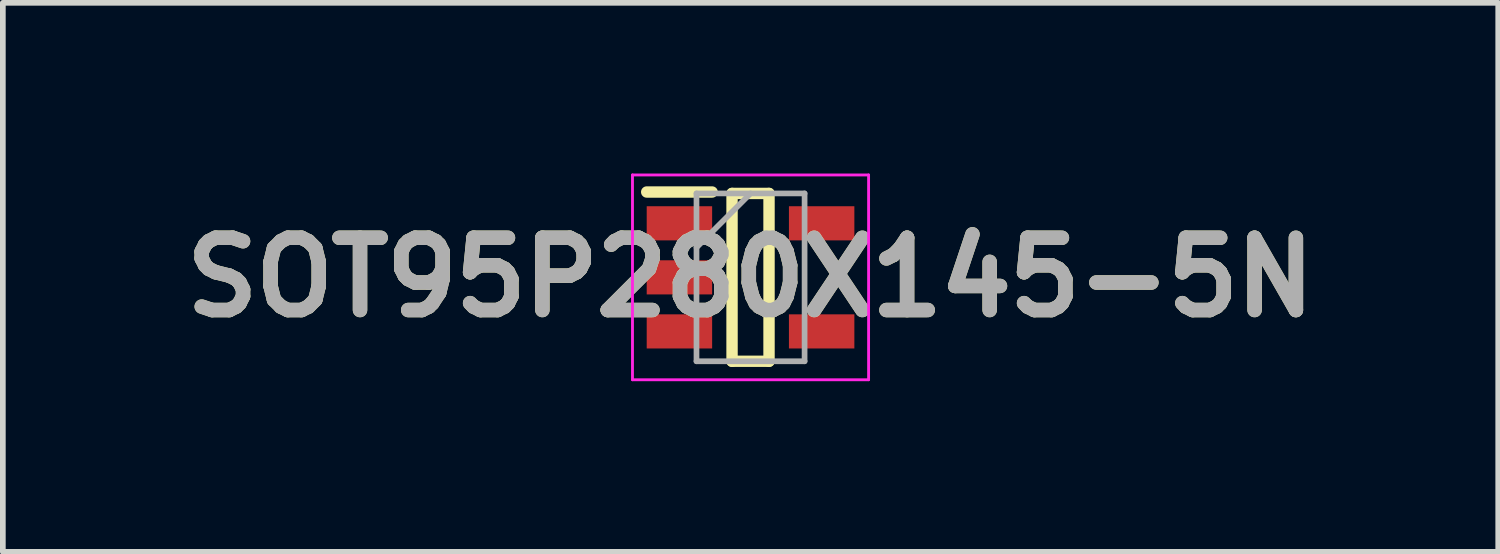
<source format=kicad_pcb>
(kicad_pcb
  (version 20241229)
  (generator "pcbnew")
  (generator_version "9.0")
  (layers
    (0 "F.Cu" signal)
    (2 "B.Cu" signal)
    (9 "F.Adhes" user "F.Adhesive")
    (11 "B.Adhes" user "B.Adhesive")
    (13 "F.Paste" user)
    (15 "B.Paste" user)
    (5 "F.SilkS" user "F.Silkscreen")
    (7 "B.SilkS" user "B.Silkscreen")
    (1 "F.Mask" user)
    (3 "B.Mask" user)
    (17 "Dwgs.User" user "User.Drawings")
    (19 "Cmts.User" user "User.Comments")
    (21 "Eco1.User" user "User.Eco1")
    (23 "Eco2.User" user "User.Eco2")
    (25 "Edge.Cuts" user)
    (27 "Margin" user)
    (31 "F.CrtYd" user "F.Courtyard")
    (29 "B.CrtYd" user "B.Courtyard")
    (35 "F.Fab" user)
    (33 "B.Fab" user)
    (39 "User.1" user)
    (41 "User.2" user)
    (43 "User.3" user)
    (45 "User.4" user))
  (footprint "SOT95P280X145-5N"
    (layer "F.Cu")
    (at 10.142 1.825)
    (property "Reference" "SOT95P280X145-5N" (at 0 0 0) (layer "F.SilkS") (effects (font (size 1.27 1.27) (thickness 0.254))))
    (attr smd)
    (fp_line (start -1.825 -1.5) (end -0.675 -1.5) (stroke (width 0.2) (type solid)) (layer "F.SilkS"))
    (fp_line (start -0.325 -1.475) (end 0.325 -1.475) (stroke (width 0.2) (type solid)) (layer "F.SilkS"))
    (fp_line (start -0.325 1.475) (end -0.325 -1.475) (stroke (width 0.2) (type solid)) (layer "F.SilkS"))
    (fp_line (start 0.325 -1.475) (end 0.325 1.475) (stroke (width 0.2) (type solid)) (layer "F.SilkS"))
    (fp_line (start 0.325 1.475) (end -0.325 1.475) (stroke (width 0.2) (type solid)) (layer "F.SilkS"))
    (fp_line (start -2.075 -1.8) (end 2.075 -1.8) (stroke (width 0.05) (type solid)) (layer "F.CrtYd"))
    (fp_line (start -2.075 1.8) (end -2.075 -1.8) (stroke (width 0.05) (type solid)) (layer "F.CrtYd"))
    (fp_line (start 2.075 -1.8) (end 2.075 1.8) (stroke (width 0.05) (type solid)) (layer "F.CrtYd"))
    (fp_line (start 2.075 1.8) (end -2.075 1.8) (stroke (width 0.05) (type solid)) (layer "F.CrtYd"))
    (fp_line (start -0.95 -1.475) (end 0.95 -1.475) (stroke (width 0.1) (type solid)) (layer "F.Fab"))
    (fp_line (start -0.95 -0.525) (end 0 -1.475) (stroke (width 0.1) (type solid)) (layer "F.Fab"))
    (fp_line (start -0.95 1.475) (end -0.95 -1.475) (stroke (width 0.1) (type solid)) (layer "F.Fab"))
    (fp_line (start 0.95 -1.475) (end 0.95 1.475) (stroke (width 0.1) (type solid)) (layer "F.Fab"))
    (fp_line (start 0.95 1.475) (end -0.95 1.475) (stroke (width 0.1) (type solid)) (layer "F.Fab"))
    (fp_text user "${REFERENCE}" (at 0 0 0) (layer "F.Fab") (effects (font (size 1.27 1.27) (thickness 0.254))))
    (pad "1" smd rect (at -1.25 -0.95 90) (size 0.6 1.15) (layers "F.Cu" "F.Mask" "F.Paste"))
    (pad "2" smd rect (at -1.25 0 90) (size 0.6 1.15) (layers "F.Cu" "F.Mask" "F.Paste"))
    (pad "3" smd rect (at -1.25 0.95 90) (size 0.6 1.15) (layers "F.Cu" "F.Mask" "F.Paste"))
    (pad "4" smd rect (at 1.25 0.95 90) (size 0.6 1.15) (layers "F.Cu" "F.Mask" "F.Paste"))
    (pad "5" smd rect (at 1.25 -0.95 90) (size 0.6 1.15) (layers "F.Cu" "F.Mask" "F.Paste")))
  (gr_rect
    (start -3 -3)
    (end 23.284 6.65)
    (stroke (width 0.1) (type default))
    (fill no)
    (layer "Edge.Cuts")))
</source>
